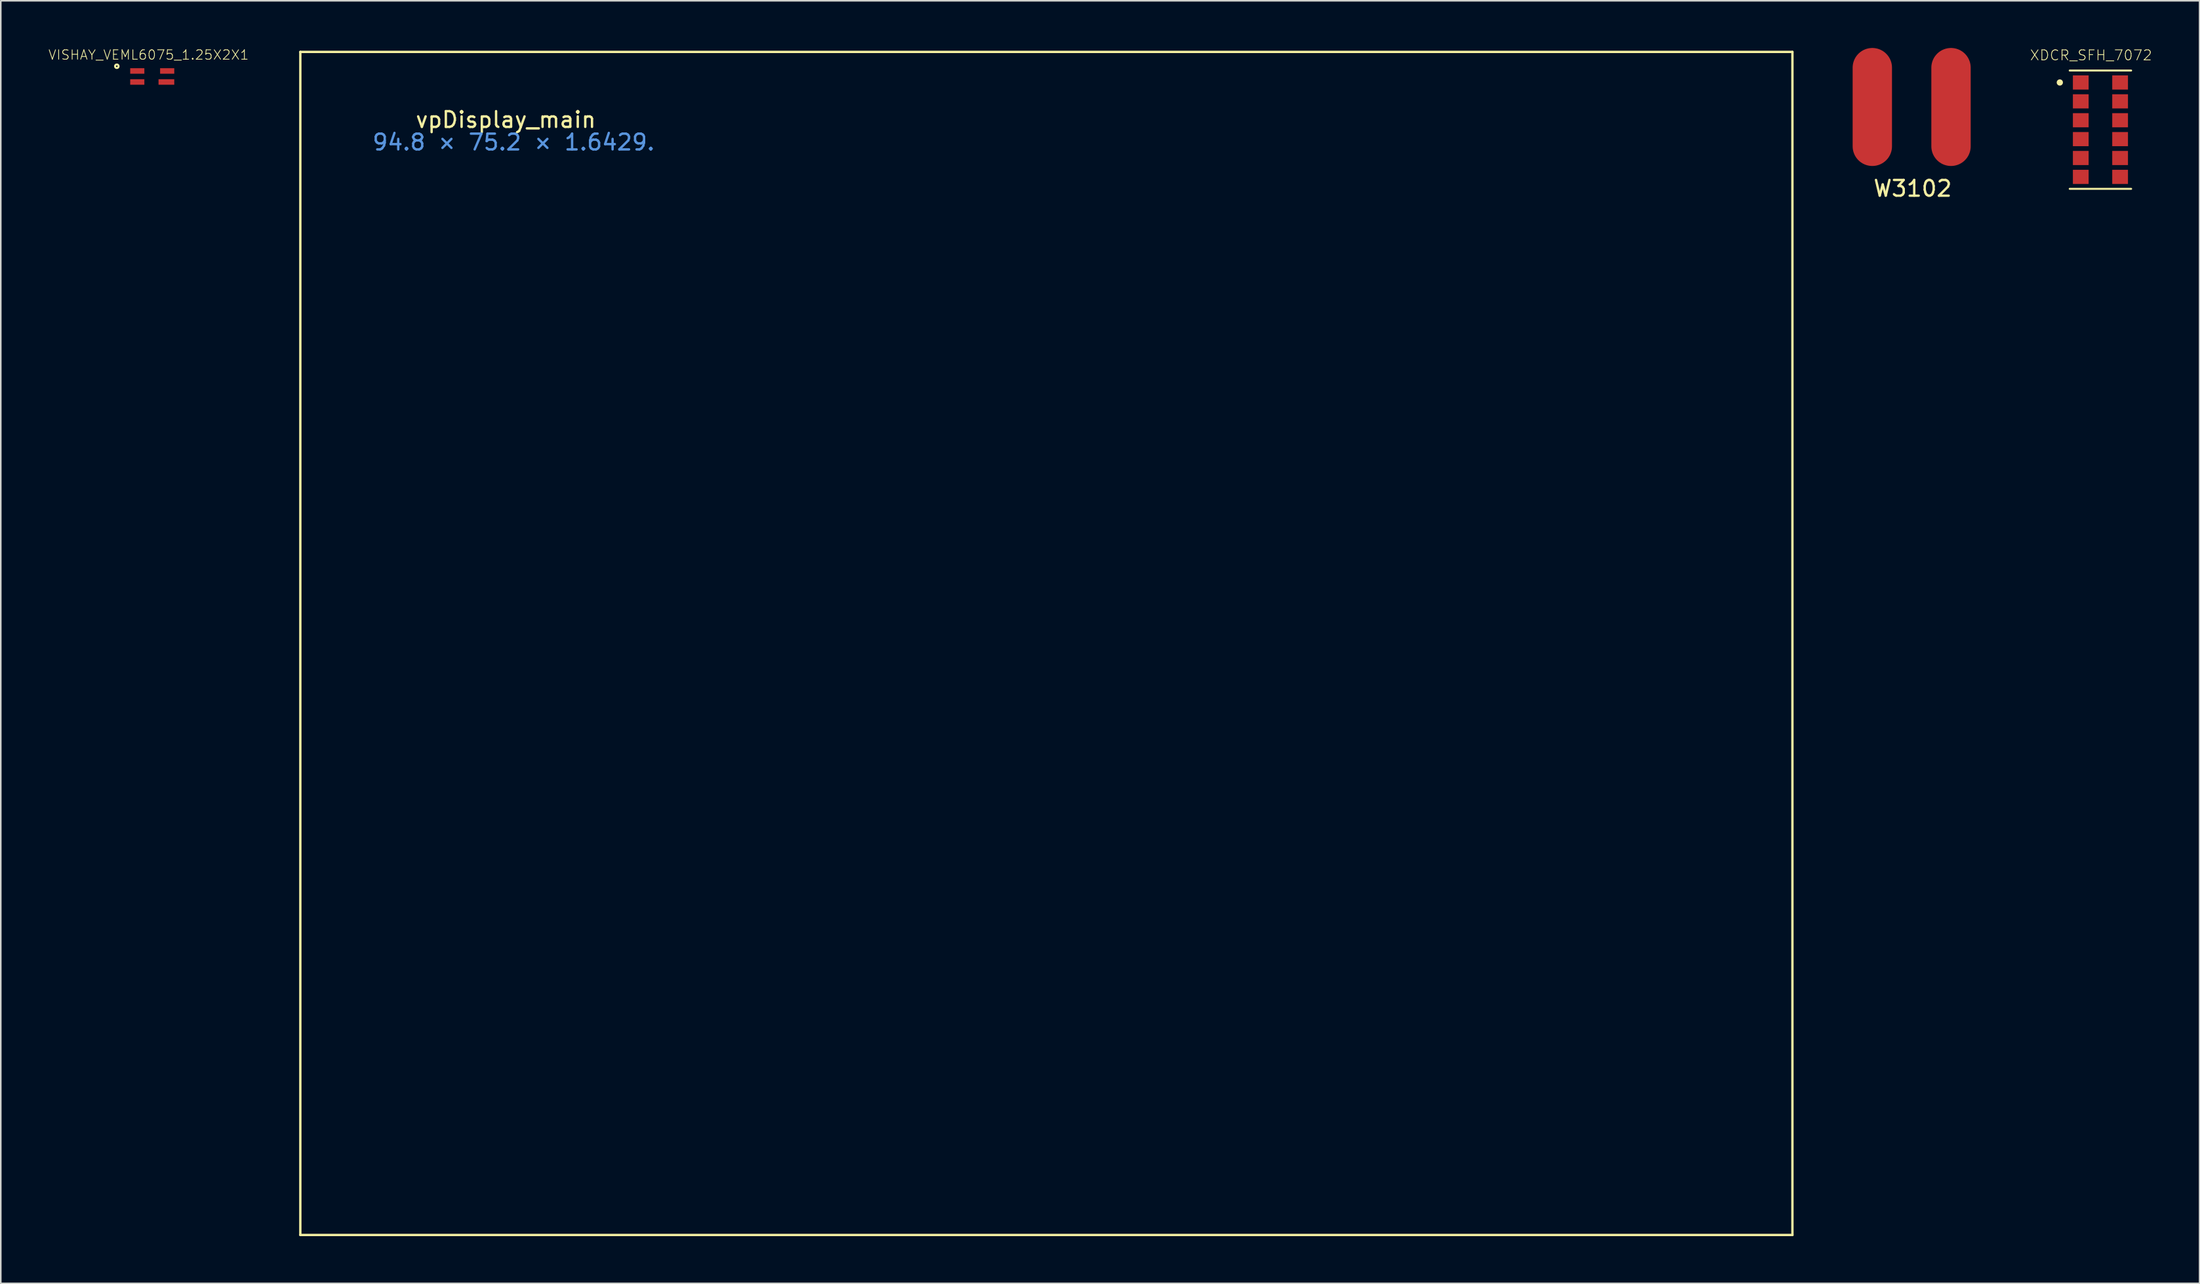
<source format=kicad_pcb>
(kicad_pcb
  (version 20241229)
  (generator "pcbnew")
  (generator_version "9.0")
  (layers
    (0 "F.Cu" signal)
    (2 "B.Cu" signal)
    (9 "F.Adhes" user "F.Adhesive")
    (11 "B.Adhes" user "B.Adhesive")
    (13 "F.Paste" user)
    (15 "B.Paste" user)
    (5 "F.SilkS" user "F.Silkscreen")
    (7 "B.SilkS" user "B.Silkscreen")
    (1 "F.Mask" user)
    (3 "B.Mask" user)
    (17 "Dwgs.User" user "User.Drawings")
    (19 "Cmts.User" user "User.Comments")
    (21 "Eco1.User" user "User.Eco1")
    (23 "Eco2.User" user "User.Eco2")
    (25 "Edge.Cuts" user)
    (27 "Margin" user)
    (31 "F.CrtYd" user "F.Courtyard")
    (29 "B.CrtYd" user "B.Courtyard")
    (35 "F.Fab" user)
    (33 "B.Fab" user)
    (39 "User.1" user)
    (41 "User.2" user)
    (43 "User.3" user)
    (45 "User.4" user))
  (footprint "vpDisplay_main"
    (layer "F.Cu")
    (at 16.031 0.25)
    (property "Reference" "vpDisplay_main" (at 13.056 4.31 0) (layer "F.SilkS") (effects (font (size 1 1) (thickness 0.15))))
    (attr through_hole)
    (fp_line (start 0 0) (end 0 75.2) (stroke (width 0.15) (type solid)) (layer "F.SilkS"))
    (fp_line (start 0 0) (end 94.8 0) (stroke (width 0.15) (type solid)) (layer "F.SilkS"))
    (fp_line (start 0 75.2) (end 94.8 75.2) (stroke (width 0.15) (type solid)) (layer "F.SilkS"))
    (fp_line (start 94.8 0) (end 94.8 75.2) (stroke (width 0.15) (type solid)) (layer "F.SilkS"))
    (fp_text user "94.8 × 75.2 × 1.6429." (at 13.553 5.74 0) (layer "Cmts.User") (effects (font (size 1 1) (thickness 0.15)))))
  (footprint "VISHAY_VEML6075_1.25X2X1"
    (layer "F.Cu")
    (at 6.622 1.811)
    (property "Reference" "VISHAY_VEML6075_1.25X2X1" (at -0.231 -1.372 0) (layer "F.SilkS") (effects (font (size 0.6 0.6) (thickness 0.05))))
    (attr smd)
    (fp_circle (center -2.25 -0.65) (end -2.2 -0.65) (stroke (width 0.127) (type solid)) (fill no) (layer "F.SilkS"))
    (fp_line (start -1.8 -0.9) (end 1.8 -0.9) (stroke (width 0.127) (type solid)) (layer "Eco1.User"))
    (fp_line (start -1.8 0.9) (end -1.8 -0.9) (stroke (width 0.127) (type solid)) (layer "Eco1.User"))
    (fp_line (start 1.8 -0.9) (end 1.8 0.9) (stroke (width 0.127) (type solid)) (layer "Eco1.User"))
    (fp_line (start 1.8 0.9) (end -1.8 0.9) (stroke (width 0.127) (type solid)) (layer "Eco1.User"))
    (fp_line (start -1 -0.625) (end 1 -0.625) (stroke (width 0.127) (type solid)) (layer "Eco2.User"))
    (fp_line (start -1 0.625) (end -1 -0.625) (stroke (width 0.127) (type solid)) (layer "Eco2.User"))
    (fp_line (start 1 -0.625) (end 1 0.625) (stroke (width 0.127) (type solid)) (layer "Eco2.User"))
    (fp_line (start 1 0.625) (end -1 0.625) (stroke (width 0.127) (type solid)) (layer "Eco2.User"))
    (pad "1" smd rect (at -0.95 -0.35 90) (size 0.35 0.9) (layers "F.Cu" "F.Mask" "F.Paste"))
    (pad "2" smd rect (at -0.95 0.35 90) (size 0.35 0.9) (layers "F.Cu" "F.Mask" "F.Paste"))
    (pad "3" smd rect (at 0.9 0.35 90) (size 0.35 1) (layers "F.Cu" "F.Mask" "F.Paste"))
    (pad "4" smd rect (at 0.95 -0.35 90) (size 0.35 0.9) (layers "F.Cu" "F.Mask" "F.Paste")))
  (footprint "W3102"
    (layer "F.Cu")
    (at 118.407 3.75)
    (property "Reference" "W3102" (at 0.066 5.182 0) (layer "F.SilkS") (effects (font (size 1 1) (thickness 0.15))))
    (attr smd)
    (pad "0" smd rect (at -4.5 0) (size 0.001 0.001) (layers "F.Cu" "F.Mask" "F.Paste"))
    (pad "0" smd rect (at 4.5 0) (size 0.001 0.001) (layers "F.Cu" "F.Mask" "F.Paste"))
    (pad "1" smd oval (at -2.5 0) (size 2.5 7.5) (layers "F.Cu" "F.Mask" "F.Paste"))
    (pad "2" smd oval (at 2.5 0) (size 2.5 7.5) (layers "F.Cu" "F.Mask" "F.Paste")))
  (footprint "XDCR_SFH_7072"
    (layer "F.Cu")
    (at 130.4 5.193)
    (property "Reference" "XDCR_SFH_7072" (at -0.596 -4.73 0) (layer "F.SilkS") (effects (font (size 0.64 0.64) (thickness 0.05))))
    (attr smd)
    (fp_poly (pts (xy 2.1 -3.9) (xy 2.1 3.9) (xy -2.1 3.9) (xy -2.1 -3.9)) (stroke (width 0) (type solid)) (fill yes) (layer "F.Mask"))
    (fp_line (start 1.95 -3.76) (end -1.95 -3.76) (stroke (width 0.127) (type solid)) (layer "F.SilkS"))
    (fp_line (start 1.95 3.76) (end -1.95 3.76) (stroke (width 0.127) (type solid)) (layer "F.SilkS"))
    (fp_circle (center -2.58 -3) (end -2.48 -3) (stroke (width 0.2) (type solid)) (fill no) (layer "F.SilkS"))
    (fp_poly (pts (xy -0.8 -3.4) (xy -0.8 -2.6) (xy -1.7 -2.6) (xy -1.7 -3.4)) (stroke (width 0) (type solid)) (fill yes) (layer "F.Paste"))
    (fp_poly (pts (xy -0.8 -2.2) (xy -0.8 -1.4) (xy -1.7 -1.4) (xy -1.7 -2.2)) (stroke (width 0) (type solid)) (fill yes) (layer "F.Paste"))
    (fp_poly (pts (xy -0.8 -1) (xy -0.8 -0.2) (xy -1.7 -0.2) (xy -1.7 -1)) (stroke (width 0) (type solid)) (fill yes) (layer "F.Paste"))
    (fp_poly (pts (xy -0.8 0.2) (xy -0.8 1) (xy -1.7 1) (xy -1.7 0.2)) (stroke (width 0) (type solid)) (fill yes) (layer "F.Paste"))
    (fp_poly (pts (xy -0.8 1.4) (xy -0.8 2.2) (xy -1.7 2.2) (xy -1.7 1.4)) (stroke (width 0) (type solid)) (fill yes) (layer "F.Paste"))
    (fp_poly (pts (xy -0.8 2.6) (xy -0.8 3.4) (xy -1.7 3.4) (xy -1.7 2.6)) (stroke (width 0) (type solid)) (fill yes) (layer "F.Paste"))
    (fp_poly (pts (xy 1.7 -3.4) (xy 1.7 -2.6) (xy 0.8 -2.6) (xy 0.8 -3.4)) (stroke (width 0) (type solid)) (fill yes) (layer "F.Paste"))
    (fp_poly (pts (xy 1.7 -2.2) (xy 1.7 -1.4) (xy 0.8 -1.4) (xy 0.8 -2.2)) (stroke (width 0) (type solid)) (fill yes) (layer "F.Paste"))
    (fp_poly (pts (xy 1.7 -1) (xy 1.7 -0.2) (xy 0.8 -0.2) (xy 0.8 -1)) (stroke (width 0) (type solid)) (fill yes) (layer "F.Paste"))
    (fp_poly (pts (xy 1.7 0.2) (xy 1.7 1) (xy 0.8 1) (xy 0.8 0.2)) (stroke (width 0) (type solid)) (fill yes) (layer "F.Paste"))
    (fp_poly (pts (xy 1.7 1.4) (xy 1.7 2.2) (xy 0.8 2.2) (xy 0.8 1.4)) (stroke (width 0) (type solid)) (fill yes) (layer "F.Paste"))
    (fp_poly (pts (xy 1.7 2.6) (xy 1.7 3.4) (xy 0.8 3.4) (xy 0.8 2.6)) (stroke (width 0) (type solid)) (fill yes) (layer "F.Paste"))
    (fp_line (start -2.2 -4) (end 2.2 -4) (stroke (width 0.05) (type solid)) (layer "Eco1.User"))
    (fp_line (start -2.2 4) (end -2.2 -4) (stroke (width 0.05) (type solid)) (layer "Eco1.User"))
    (fp_line (start 2.2 -4) (end 2.2 4) (stroke (width 0.05) (type solid)) (layer "Eco1.User"))
    (fp_line (start 2.2 4) (end -2.2 4) (stroke (width 0.05) (type solid)) (layer "Eco1.User"))
    (fp_line (start -1.95 -3.75) (end 1.95 -3.75) (stroke (width 0.127) (type solid)) (layer "Eco2.User"))
    (fp_line (start -1.95 3.75) (end -1.95 -3.75) (stroke (width 0.127) (type solid)) (layer "Eco2.User"))
    (fp_line (start 1.95 -3.75) (end 1.95 3.75) (stroke (width 0.127) (type solid)) (layer "Eco2.User"))
    (fp_line (start 1.95 3.75) (end -1.95 3.75) (stroke (width 0.127) (type solid)) (layer "Eco2.User"))
    (fp_circle (center -2.58 -3) (end -2.48 -3) (stroke (width 0.2) (type solid)) (fill no) (layer "Eco2.User"))
    (pad "1" smd rect (at -1.25 -3 90) (size 0.9 1) (layers "F.Cu" "F.Mask" "F.Paste"))
    (pad "2" smd rect (at -1.25 -1.8 90) (size 0.9 1) (layers "F.Cu" "F.Mask" "F.Paste"))
    (pad "3" smd rect (at -1.25 -0.6 90) (size 0.9 1) (layers "F.Cu" "F.Mask" "F.Paste"))
    (pad "4" smd rect (at -1.25 0.6 90) (size 0.9 1) (layers "F.Cu" "F.Mask" "F.Paste"))
    (pad "5" smd rect (at -1.25 1.8 90) (size 0.9 1) (layers "F.Cu" "F.Mask" "F.Paste"))
    (pad "6" smd rect (at -1.25 3 90) (size 0.9 1) (layers "F.Cu" "F.Mask" "F.Paste"))
    (pad "7" smd rect (at 1.25 3 270) (size 0.9 1) (layers "F.Cu" "F.Mask" "F.Paste"))
    (pad "8" smd rect (at 1.25 1.8 270) (size 0.9 1) (layers "F.Cu" "F.Mask" "F.Paste"))
    (pad "9" smd rect (at 1.25 0.6 270) (size 0.9 1) (layers "F.Cu" "F.Mask" "F.Paste"))
    (pad "10" smd rect (at 1.25 -0.6 270) (size 0.9 1) (layers "F.Cu" "F.Mask" "F.Paste"))
    (pad "11" smd rect (at 1.25 -1.8 270) (size 0.9 1) (layers "F.Cu" "F.Mask" "F.Paste"))
    (pad "12" smd rect (at 1.25 -3 270) (size 0.9 1) (layers "F.Cu" "F.Mask" "F.Paste")))
  (gr_rect
    (start -3 -3)
    (end 136.701 78.525)
    (stroke (width 0.1) (type default))
    (fill no)
    (layer "Edge.Cuts")))
</source>
